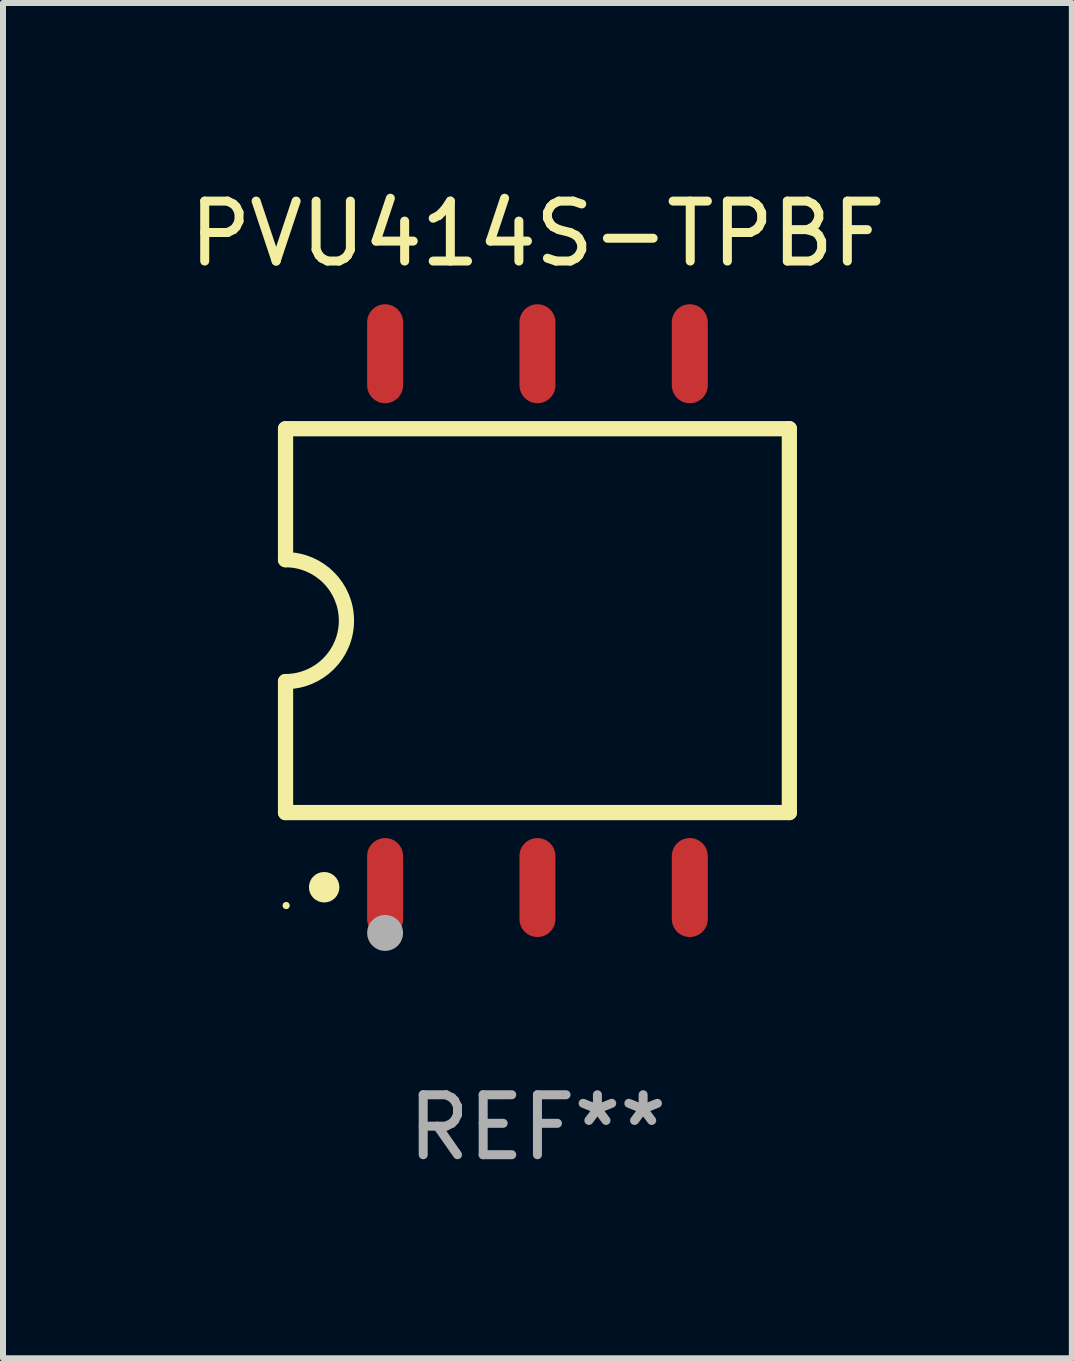
<source format=kicad_pcb>
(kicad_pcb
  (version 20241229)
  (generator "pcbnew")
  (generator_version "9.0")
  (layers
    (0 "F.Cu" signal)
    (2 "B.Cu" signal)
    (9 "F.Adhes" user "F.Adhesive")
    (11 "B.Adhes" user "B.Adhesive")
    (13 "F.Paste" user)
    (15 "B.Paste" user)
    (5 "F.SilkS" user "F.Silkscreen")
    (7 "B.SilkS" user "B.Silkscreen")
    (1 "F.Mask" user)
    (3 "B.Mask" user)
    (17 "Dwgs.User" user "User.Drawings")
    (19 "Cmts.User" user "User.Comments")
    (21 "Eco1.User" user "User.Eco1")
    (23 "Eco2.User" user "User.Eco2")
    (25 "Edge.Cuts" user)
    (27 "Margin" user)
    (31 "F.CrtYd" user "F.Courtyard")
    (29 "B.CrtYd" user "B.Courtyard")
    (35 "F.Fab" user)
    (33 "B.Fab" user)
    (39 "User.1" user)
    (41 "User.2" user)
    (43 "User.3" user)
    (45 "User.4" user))
  (footprint "PVU414S-TPBF"
    (layer "F.Cu")
    (at 5.911 7.298)
    (property "Reference" "PVU414S-TPBF" (at 0 -6.45 0) (layer "F.SilkS") (effects (font (size 1 1) (thickness 0.15))))
    (attr through_hole)
    (fp_line (start -4.2 -3.2) (end -4.2 -1.016) (stroke (width 0.254) (type solid)) (layer "F.SilkS"))
    (fp_line (start -4.2 -3.2) (end 4.2 -3.2) (stroke (width 0.254) (type solid)) (layer "F.SilkS"))
    (fp_line (start -4.2 3.2) (end -4.2 1.016) (stroke (width 0.254) (type solid)) (layer "F.SilkS"))
    (fp_line (start 4.2 -3.2) (end 4.2 3.2) (stroke (width 0.254) (type solid)) (layer "F.SilkS"))
    (fp_line (start 4.2 3.2) (end -4.2 3.2) (stroke (width 0.254) (type solid)) (layer "F.SilkS"))
    (fp_arc (start -4.201169 -1.016003) (mid -3.185166 -0.000585) (end -4.2 1.016002) (stroke (width 0.254001) (type solid)) (layer "F.SilkS"))
    (fp_circle (center -4.19 4.75) (end -4.16 4.75) (stroke (width 0.06) (type solid)) (fill no) (layer "F.SilkS"))
    (fp_circle (center -3.556 4.445) (end -3.429 4.445) (stroke (width 0.254) (type solid)) (fill no) (layer "F.SilkS"))
    (fp_circle (center -2.54 5.207) (end -2.39 5.207) (stroke (width 0.3) (type solid)) (fill no) (layer "F.Fab"))
    (fp_text user "REF**" (at 0 8.45 0) (layer "F.Fab") (effects (font (size 1 1) (thickness 0.15))))
    (pad "1" smd oval (at -2.54 4.45 90) (size 1.65 0.6) (layers "F.Cu" "F.Mask" "F.Paste"))
    (pad "2" smd oval (at 0 4.45 90) (size 1.65 0.6) (layers "F.Cu" "F.Mask" "F.Paste"))
    (pad "3" smd oval (at 2.54 4.45 90) (size 1.65 0.6) (layers "F.Cu" "F.Mask" "F.Paste"))
    (pad "4" smd oval (at 2.54 -4.45 90) (size 1.65 0.6) (layers "F.Cu" "F.Mask" "F.Paste"))
    (pad "5" smd oval (at 0 -4.45 90) (size 1.65 0.6) (layers "F.Cu" "F.Mask" "F.Paste"))
    (pad "6" smd oval (at -2.54 -4.45 90) (size 1.65 0.6) (layers "F.Cu" "F.Mask" "F.Paste")))
  (gr_rect
    (start -3 -3)
    (end 14.821 19.597)
    (stroke (width 0.1) (type default))
    (fill no)
    (layer "Edge.Cuts")))
</source>
